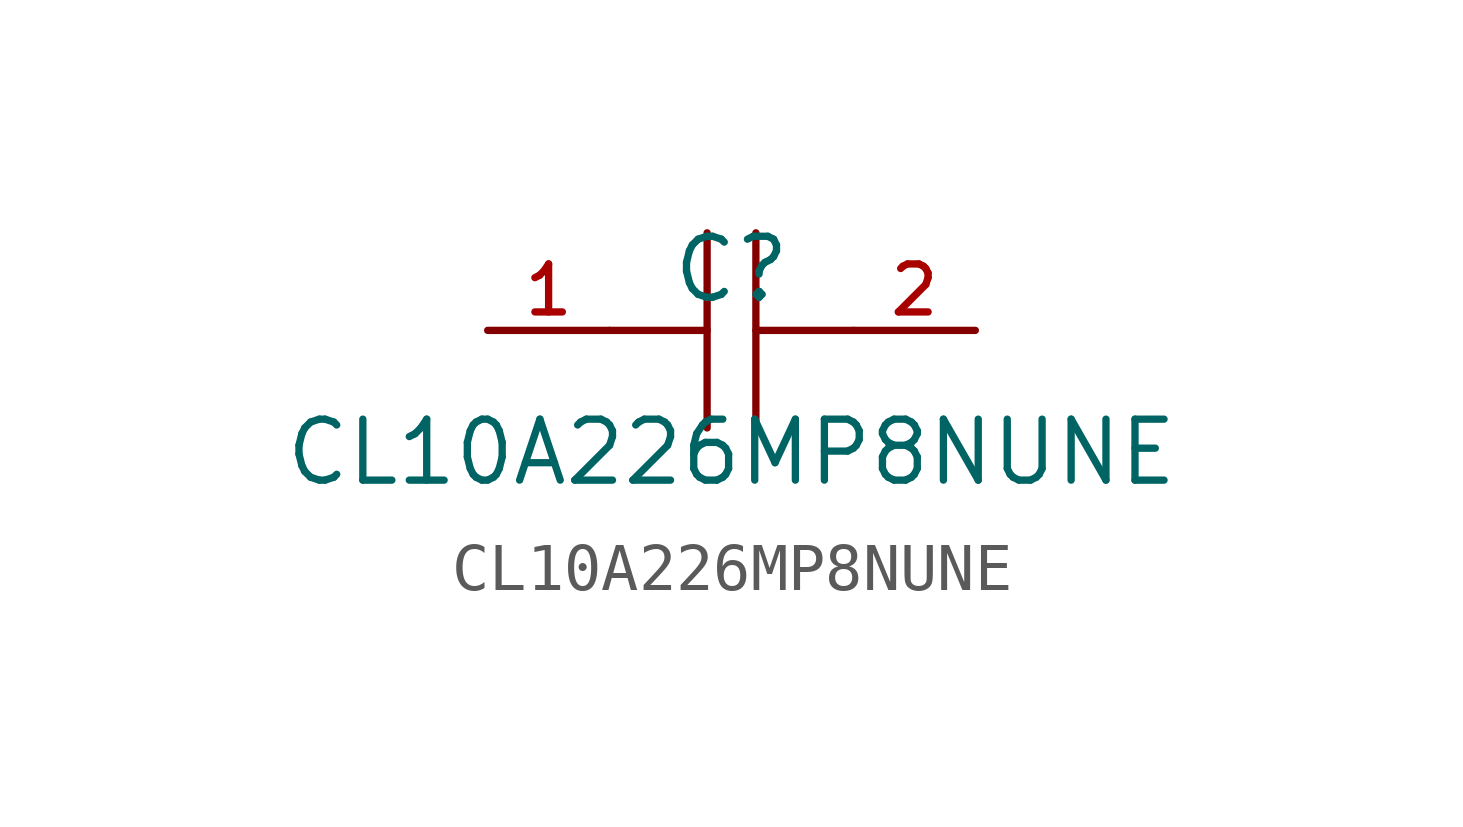
<source format=kicad_sym>
(kicad_symbol_lib
  (version 20210201)
  (generator TousstNicolas/JLC2KiCad_lib)
  (symbol "CL10A226MP8NUNE"
    (pin_names hide)
    (property "Reference" "C"
      (at 0 1.27 0)
      (effects (font (size 1.27 1.27))))
    (property "Value" "CL10A226MP8NUNE"
      (at 0 -2.54 0)
      (effects (font (size 1.27 1.27))))
    (symbol "CL10A226MP8NUNE_0_1"
      (polyline (pts (xy -0.508 -2.032) (xy -0.508 2.032)) (stroke (width 0) (type default) (color 0 0 0 0)) (fill (type none)))
      (pin unspecified line (at -5.08 -0.0 0) (length 2.54) (name "1" (effects (font (size 1 1)))) (number "1" (effects (font (size 1 1)))))
      (polyline (pts (xy 2.54 -0.0) (xy 0.508 -0.0)) (stroke (width 0) (type default) (color 0 0 0 0)) (fill (type none)))
      (polyline (pts (xy 0.508 2.032) (xy 0.508 -2.032)) (stroke (width 0) (type default) (color 0 0 0 0)) (fill (type none)))
      (pin unspecified line (at 5.08 -0.0 180) (length 2.54) (name "2" (effects (font (size 1 1)))) (number "2" (effects (font (size 1 1)))))
      (polyline (pts (xy -0.508 -0.0) (xy -2.54 -0.0)) (stroke (width 0) (type default) (color 0 0 0 0)) (fill (type none))))))
</source>
